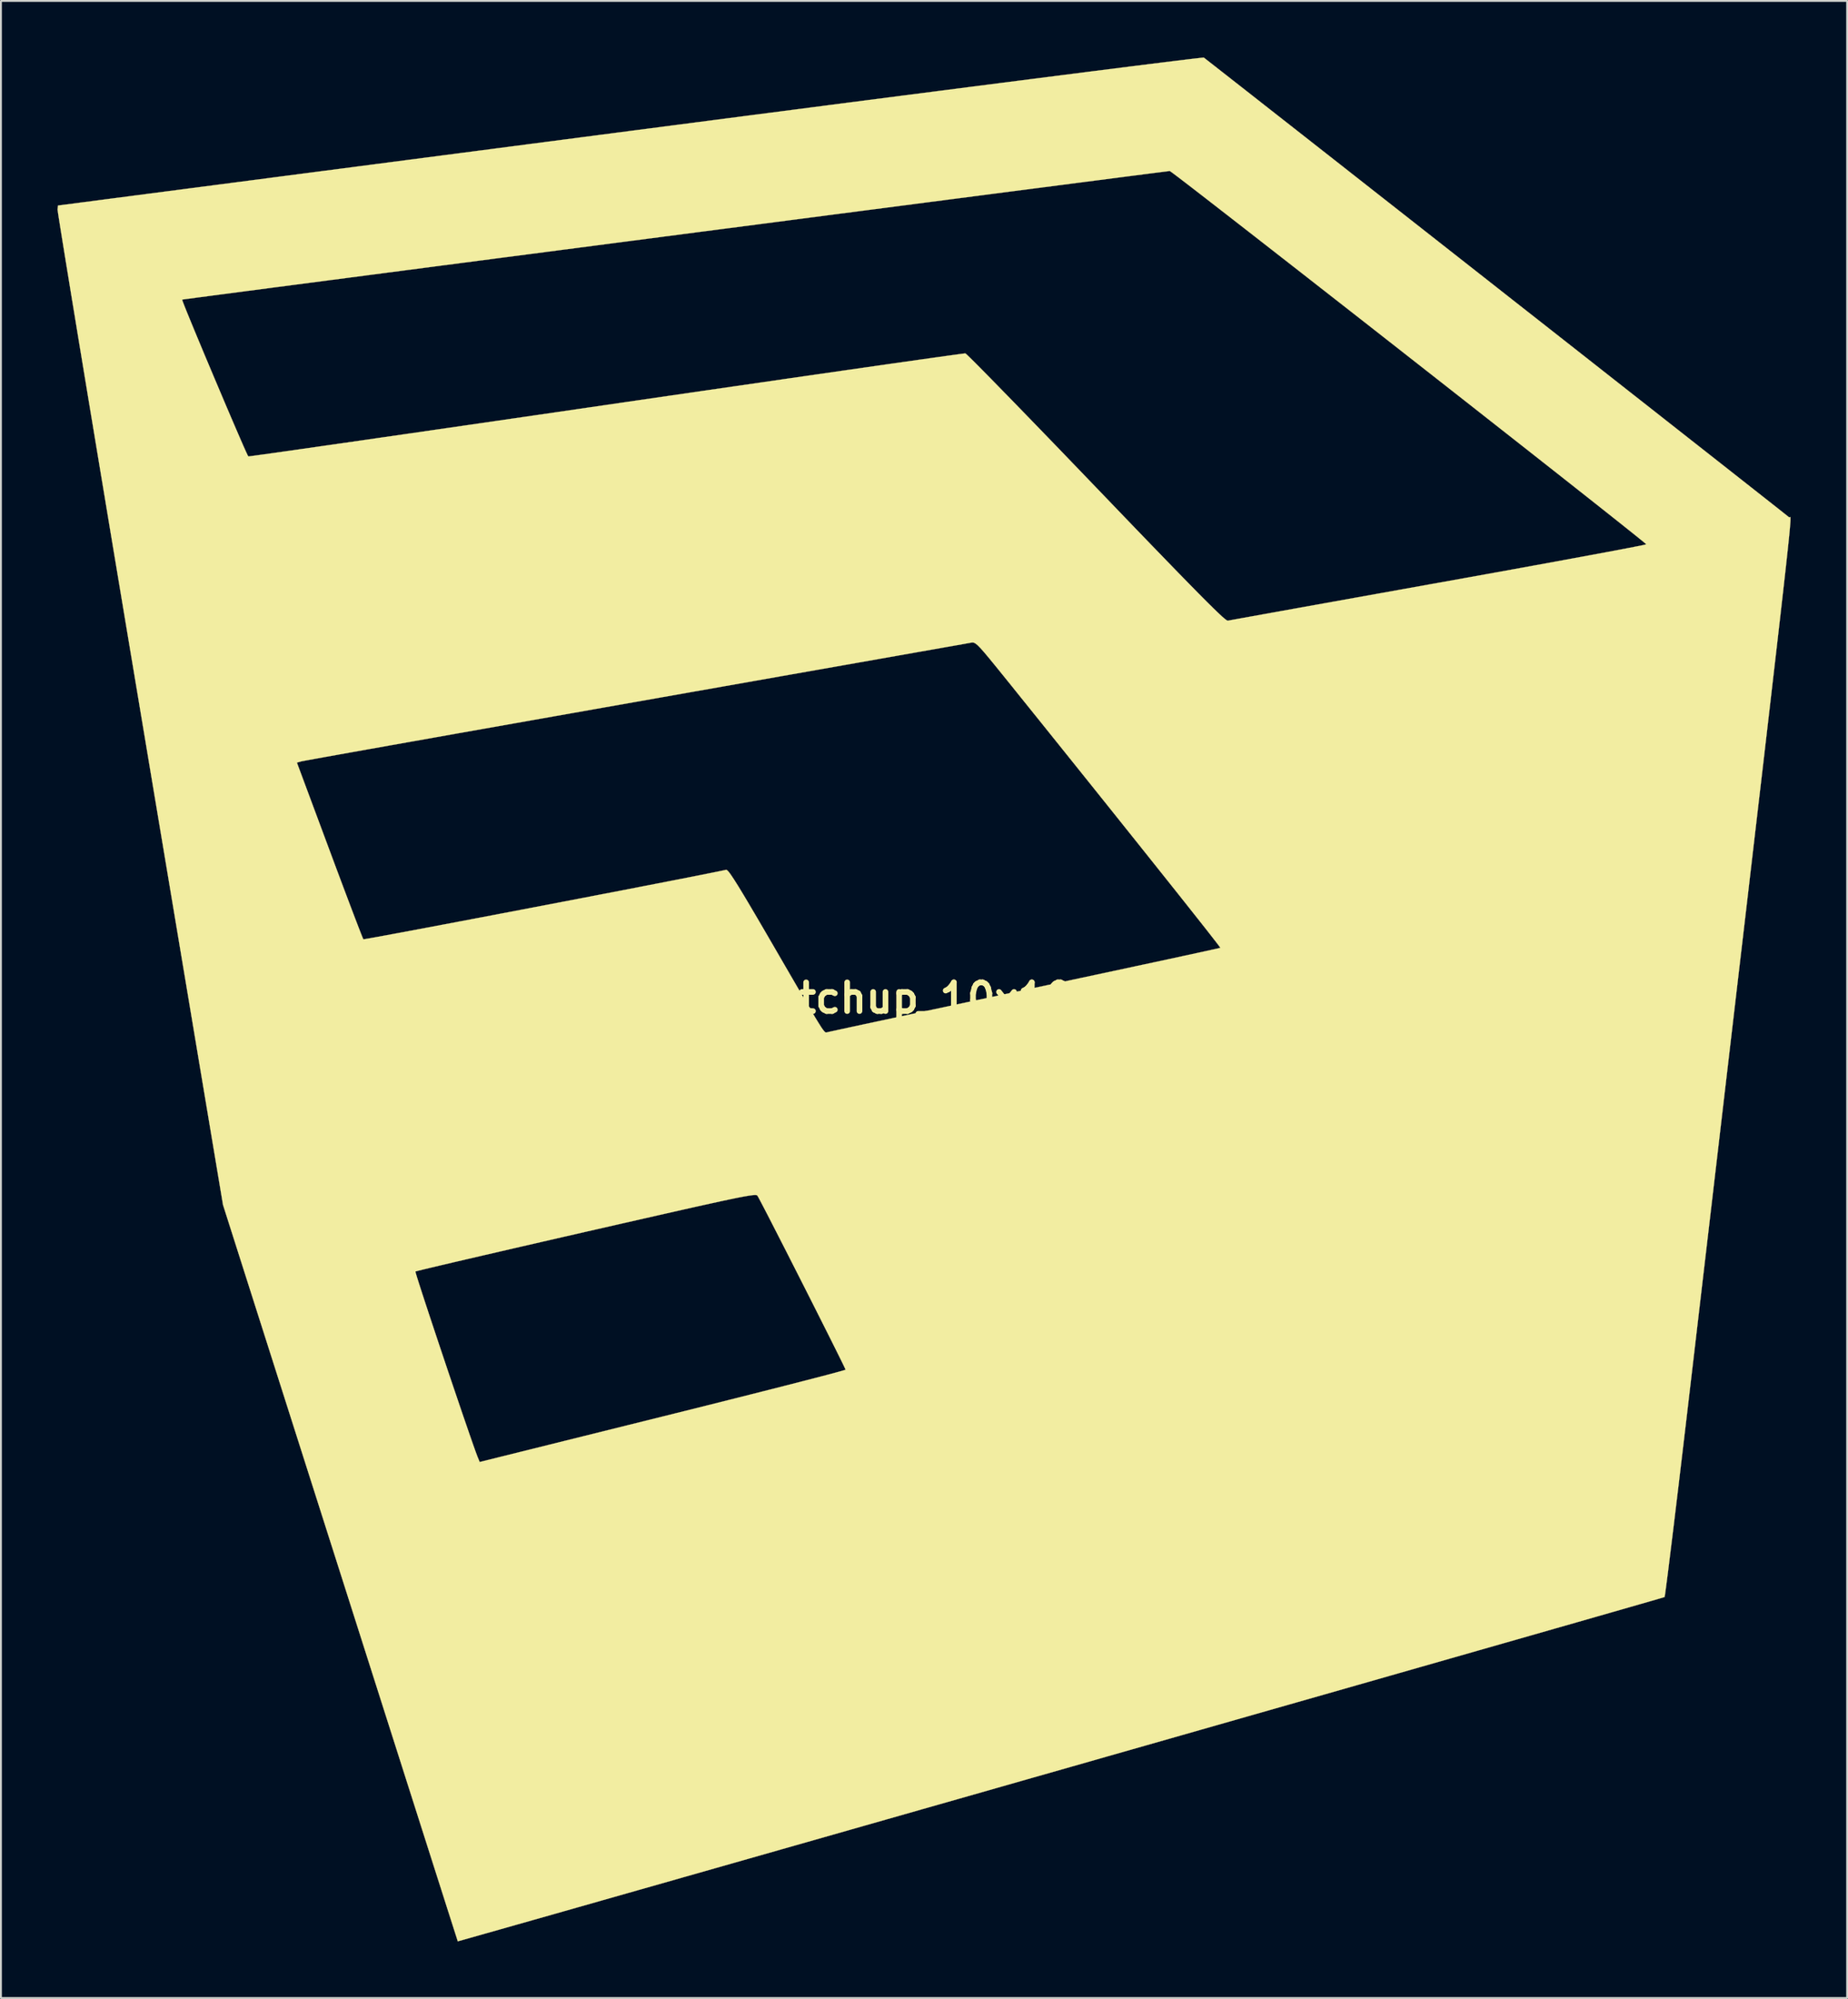
<source format=kicad_pcb>
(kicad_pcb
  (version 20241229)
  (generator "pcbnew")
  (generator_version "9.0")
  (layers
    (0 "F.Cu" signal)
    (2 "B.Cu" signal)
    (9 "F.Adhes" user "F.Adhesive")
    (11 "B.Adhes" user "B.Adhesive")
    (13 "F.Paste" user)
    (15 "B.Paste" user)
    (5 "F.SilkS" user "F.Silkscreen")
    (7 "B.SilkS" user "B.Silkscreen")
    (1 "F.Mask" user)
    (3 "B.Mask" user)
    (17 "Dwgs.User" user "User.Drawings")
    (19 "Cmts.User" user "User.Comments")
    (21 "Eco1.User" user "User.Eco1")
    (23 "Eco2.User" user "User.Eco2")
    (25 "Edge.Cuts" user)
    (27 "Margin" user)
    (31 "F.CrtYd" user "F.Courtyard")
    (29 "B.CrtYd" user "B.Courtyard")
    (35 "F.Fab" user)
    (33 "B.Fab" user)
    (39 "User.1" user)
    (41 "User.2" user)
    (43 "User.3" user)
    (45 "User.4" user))
  (footprint "sketchup_10x10_F"
    (layer "F.Cu")
    (at 45.96 49.877)
    (property "Reference" "sketchup_10x10_F" (at 0 0 0) (layer "F.SilkS") (effects (font (size 1.524 1.524) (thickness 0.3))))
    (attr through_hole)
    (fp_poly (pts (xy 14.859 -49.871) (xy 15.273 -49.548) (xy 15.793 -49.141) (xy 16.412 -48.656) (xy 17.123 -48.1) (xy 17.918 -47.476) (xy 18.791 -46.792) (xy 19.734 -46.053) (xy 20.741 -45.263) (xy 21.804 -44.43) (xy 22.915 -43.558) (xy 24.069 -42.652) (xy 25.258 -41.72) (xy 26.475 -40.765) (xy 27.712 -39.794) (xy 28.963 -38.812) (xy 30.221 -37.825) (xy 31.477 -36.838) (xy 32.727 -35.858) (xy 33.961 -34.889) (xy 35.174 -33.937) (xy 36.357 -33.007) (xy 37.504 -32.106) (xy 38.609 -31.239) (xy 39.662 -30.411) (xy 40.659 -29.628) (xy 41.591 -28.896) (xy 42.451 -28.22) (xy 43.233 -27.605) (xy 43.928 -27.058) (xy 44.531 -26.584) (xy 45.034 -26.188) (xy 45.43 -25.876) (xy 45.711 -25.653) (xy 45.871 -25.526) (xy 45.907 -25.497) (xy 45.919 -25.492) (xy 45.93 -25.496) (xy 45.941 -25.503) (xy 45.952 -25.51) (xy 45.962 -25.514) (xy 45.971 -25.509) (xy 45.977 -25.491) (xy 45.981 -25.457) (xy 45.982 -25.402) (xy 45.98 -25.323) (xy 45.974 -25.215) (xy 45.963 -25.073) (xy 45.948 -24.895) (xy 45.928 -24.675) (xy 45.902 -24.41) (xy 45.869 -24.095) (xy 45.83 -23.727) (xy 45.784 -23.301) (xy 45.731 -22.813) (xy 45.669 -22.26) (xy 45.599 -21.636) (xy 45.519 -20.937) (xy 45.431 -20.161) (xy 45.332 -19.302) (xy 45.223 -18.356) (xy 45.103 -17.32) (xy 44.972 -16.188) (xy 44.829 -14.958) (xy 44.674 -13.625) (xy 44.506 -12.184) (xy 44.324 -10.633) (xy 44.129 -8.965) (xy 43.92 -7.178) (xy 43.697 -5.268) (xy 43.458 -3.229) (xy 43.203 -1.059) (xy 42.933 1.247) (xy 42.646 3.694) (xy 42.342 6.285) (xy 42.021 9.024) (xy 41.682 11.916) (xy 41.324 14.965) (xy 40.948 18.174) (xy 40.636 20.828) (xy 40.479 22.167) (xy 40.326 23.46) (xy 40.179 24.696) (xy 40.04 25.865) (xy 39.908 26.958) (xy 39.787 27.965) (xy 39.675 28.875) (xy 39.576 29.679) (xy 39.491 30.367) (xy 39.419 30.928) (xy 39.363 31.354) (xy 39.325 31.633) (xy 39.304 31.755) (xy 39.302 31.76) (xy 39.219 31.786) (xy 38.979 31.856) (xy 38.59 31.968) (xy 38.059 32.121) (xy 37.391 32.313) (xy 36.594 32.542) (xy 35.675 32.805) (xy 34.639 33.102) (xy 33.494 33.429) (xy 32.247 33.786) (xy 30.904 34.17) (xy 29.472 34.579) (xy 27.957 35.012) (xy 26.367 35.466) (xy 24.708 35.94) (xy 22.986 36.432) (xy 21.209 36.939) (xy 19.383 37.46) (xy 17.514 37.993) (xy 15.61 38.537) (xy 13.678 39.088) (xy 11.723 39.646) (xy 9.753 40.207) (xy 7.775 40.772) (xy 5.794 41.336) (xy 3.818 41.9) (xy 1.854 42.46) (xy -0.093 43.014) (xy -2.014 43.562) (xy -3.904 44.1) (xy -5.756 44.628) (xy -7.562 45.142) (xy -9.317 45.642) (xy -11.014 46.125) (xy -12.646 46.589) (xy -14.205 47.033) (xy -15.687 47.454) (xy -17.083 47.851) (xy -18.387 48.222) (xy -19.593 48.565) (xy -20.693 48.877) (xy -21.681 49.157) (xy -22.551 49.404) (xy -23.295 49.614) (xy -23.601 49.701) (xy -24.722 50.017) (xy -25.227 48.44) (xy -25.301 48.209) (xy -25.423 47.825) (xy -25.592 47.296) (xy -25.805 46.629) (xy -26.059 45.834) (xy -26.351 44.918) (xy -26.679 43.89) (xy -27.04 42.757) (xy -27.433 41.527) (xy -27.853 40.209) (xy -28.299 38.811) (xy -28.768 37.341) (xy -29.257 35.807) (xy -29.764 34.217) (xy -30.286 32.579) (xy -30.821 30.902) (xy -31.366 29.193) (xy -31.455 28.914) (xy -36.052 14.498) (xy -26.972 14.498) (xy -26.953 14.582) (xy -26.884 14.81) (xy -26.772 15.165) (xy -26.622 15.629) (xy -26.44 16.187) (xy -26.231 16.821) (xy -26 17.515) (xy -25.755 18.252) (xy -25.499 19.015) (xy -25.24 19.788) (xy -24.981 20.553) (xy -24.73 21.294) (xy -24.492 21.994) (xy -24.271 22.636) (xy -24.075 23.205) (xy -23.908 23.682) (xy -23.777 24.051) (xy -23.686 24.296) (xy -23.666 24.344) (xy -23.562 24.6) (xy -13.855 22.188) (xy -12.607 21.878) (xy -11.405 21.577) (xy -10.26 21.29) (xy -9.182 21.018) (xy -8.18 20.765) (xy -7.266 20.532) (xy -6.45 20.323) (xy -5.741 20.14) (xy -5.149 19.985) (xy -4.685 19.862) (xy -4.359 19.772) (xy -4.18 19.719) (xy -4.149 19.705) (xy -4.186 19.618) (xy -4.292 19.396) (xy -4.46 19.055) (xy -4.68 18.612) (xy -4.945 18.081) (xy -5.247 17.48) (xy -5.577 16.824) (xy -5.928 16.128) (xy -6.291 15.41) (xy -6.659 14.684) (xy -7.023 13.968) (xy -7.375 13.276) (xy -7.708 12.625) (xy -8.012 12.031) (xy -8.28 11.509) (xy -8.504 11.077) (xy -8.676 10.749) (xy -8.788 10.541) (xy -8.828 10.473) (xy -8.855 10.453) (xy -8.907 10.442) (xy -8.994 10.442) (xy -9.125 10.454) (xy -9.308 10.481) (xy -9.552 10.523) (xy -9.868 10.584) (xy -10.263 10.665) (xy -10.748 10.768) (xy -11.331 10.896) (xy -12.02 11.048) (xy -12.826 11.229) (xy -13.758 11.44) (xy -14.823 11.682) (xy -16.033 11.957) (xy -17.395 12.268) (xy -17.926 12.389) (xy -19.131 12.665) (xy -20.289 12.931) (xy -21.39 13.184) (xy -22.424 13.423) (xy -23.379 13.644) (xy -24.244 13.845) (xy -25.01 14.024) (xy -25.666 14.178) (xy -26.2 14.305) (xy -26.603 14.402) (xy -26.863 14.467) (xy -26.97 14.497) (xy -26.972 14.498) (xy -36.052 14.498) (xy -37.178 10.964) (xy -41.104 -12.488) (xy -33.259 -12.488) (xy -31.525 -7.832) (xy -31.21 -6.986) (xy -30.911 -6.188) (xy -30.634 -5.452) (xy -30.384 -4.791) (xy -30.167 -4.22) (xy -29.988 -3.753) (xy -29.852 -3.405) (xy -29.765 -3.188) (xy -29.733 -3.118) (xy -29.647 -3.129) (xy -29.408 -3.17) (xy -29.027 -3.238) (xy -28.519 -3.331) (xy -27.894 -3.447) (xy -27.167 -3.583) (xy -26.349 -3.737) (xy -25.453 -3.906) (xy -24.493 -4.088) (xy -23.48 -4.28) (xy -22.427 -4.481) (xy -21.347 -4.687) (xy -20.252 -4.896) (xy -19.155 -5.107) (xy -18.07 -5.315) (xy -17.007 -5.52) (xy -15.981 -5.718) (xy -15.003 -5.908) (xy -14.087 -6.086) (xy -13.245 -6.25) (xy -12.489 -6.398) (xy -11.833 -6.528) (xy -11.288 -6.637) (xy -10.868 -6.722) (xy -10.585 -6.781) (xy -10.481 -6.805) (xy -10.432 -6.783) (xy -10.349 -6.696) (xy -10.229 -6.533) (xy -10.064 -6.285) (xy -9.848 -5.943) (xy -9.577 -5.498) (xy -9.245 -4.941) (xy -8.845 -4.262) (xy -8.372 -3.452) (xy -7.948 -2.722) (xy -7.407 -1.789) (xy -6.944 -0.992) (xy -6.553 -0.32) (xy -6.228 0.237) (xy -5.961 0.69) (xy -5.747 1.049) (xy -5.578 1.324) (xy -5.449 1.528) (xy -5.352 1.669) (xy -5.281 1.758) (xy -5.23 1.807) (xy -5.192 1.825) (xy -5.161 1.824) (xy -5.14 1.817) (xy -5.046 1.795) (xy -4.796 1.74) (xy -4.401 1.654) (xy -3.87 1.539) (xy -3.214 1.398) (xy -2.442 1.233) (xy -1.565 1.045) (xy -0.592 0.837) (xy 0.465 0.611) (xy 1.599 0.369) (xy 2.797 0.113) (xy 4.05 -0.154) (xy 5.33 -0.426) (xy 6.627 -0.702) (xy 7.877 -0.969) (xy 9.072 -1.224) (xy 10.2 -1.465) (xy 11.252 -1.691) (xy 12.218 -1.898) (xy 13.088 -2.085) (xy 13.852 -2.251) (xy 14.5 -2.391) (xy 15.022 -2.505) (xy 15.408 -2.591) (xy 15.649 -2.645) (xy 15.734 -2.667) (xy 15.687 -2.737) (xy 15.539 -2.931) (xy 15.297 -3.244) (xy 14.966 -3.667) (xy 14.551 -4.192) (xy 14.058 -4.815) (xy 13.494 -5.526) (xy 12.863 -6.318) (xy 12.171 -7.186) (xy 11.425 -8.121) (xy 10.629 -9.116) (xy 9.79 -10.165) (xy 8.913 -11.26) (xy 8.004 -12.393) (xy 7.068 -13.559) (xy 6.112 -14.749) (xy 5.14 -15.956) (xy 4.672 -16.539) (xy 4.172 -17.158) (xy 3.767 -17.658) (xy 3.445 -18.05) (xy 3.194 -18.349) (xy 3.002 -18.565) (xy 2.857 -18.711) (xy 2.748 -18.8) (xy 2.664 -18.845) (xy 2.591 -18.857) (xy 2.52 -18.85) (xy 2.509 -18.848) (xy 2.401 -18.829) (xy 2.134 -18.781) (xy 1.716 -18.707) (xy 1.154 -18.608) (xy 0.458 -18.485) (xy -0.366 -18.34) (xy -1.31 -18.173) (xy -2.365 -17.987) (xy -3.525 -17.782) (xy -4.78 -17.561) (xy -6.124 -17.324) (xy -7.548 -17.073) (xy -9.044 -16.809) (xy -10.605 -16.533) (xy -12.223 -16.248) (xy -13.89 -15.954) (xy -15.282 -15.708) (xy -16.983 -15.408) (xy -18.64 -15.115) (xy -20.247 -14.831) (xy -21.795 -14.557) (xy -23.277 -14.295) (xy -24.685 -14.046) (xy -26.011 -13.81) (xy -27.247 -13.591) (xy -28.385 -13.389) (xy -29.418 -13.205) (xy -30.337 -13.041) (xy -31.135 -12.898) (xy -31.805 -12.778) (xy -32.337 -12.682) (xy -32.725 -12.611) (xy -32.96 -12.567) (xy -33.034 -12.552) (xy -33.259 -12.488) (xy -41.104 -12.488) (xy -41.578 -15.325) (xy -41.927 -17.412) (xy -42.269 -19.456) (xy -42.602 -21.452) (xy -42.926 -23.393) (xy -43.239 -25.273) (xy -43.54 -27.085) (xy -43.829 -28.823) (xy -44.104 -30.481) (xy -44.365 -32.051) (xy -44.609 -33.529) (xy -44.837 -34.907) (xy -45.046 -36.179) (xy -45.188 -37.041) (xy -39.349 -37.041) (xy -39.325 -36.961) (xy -39.241 -36.743) (xy -39.106 -36.404) (xy -38.925 -35.962) (xy -38.708 -35.435) (xy -38.46 -34.839) (xy -38.19 -34.192) (xy -37.904 -33.512) (xy -37.611 -32.817) (xy -37.317 -32.123) (xy -37.031 -31.448) (xy -36.758 -30.809) (xy -36.507 -30.225) (xy -36.285 -29.712) (xy -36.1 -29.288) (xy -35.958 -28.971) (xy -35.868 -28.778) (xy -35.837 -28.724) (xy -35.747 -28.733) (xy -35.497 -28.766) (xy -35.095 -28.822) (xy -34.547 -28.898) (xy -33.862 -28.995) (xy -33.047 -29.111) (xy -32.11 -29.245) (xy -31.057 -29.396) (xy -29.897 -29.562) (xy -28.637 -29.744) (xy -27.284 -29.939) (xy -25.847 -30.147) (xy -24.331 -30.366) (xy -22.746 -30.596) (xy -21.099 -30.835) (xy -19.396 -31.082) (xy -17.646 -31.337) (xy -16.843 -31.454) (xy -15.073 -31.712) (xy -13.347 -31.963) (xy -11.672 -32.206) (xy -10.055 -32.44) (xy -8.505 -32.664) (xy -7.029 -32.878) (xy -5.634 -33.079) (xy -4.328 -33.267) (xy -3.118 -33.44) (xy -2.013 -33.599) (xy -1.018 -33.74) (xy -0.143 -33.865) (xy 0.606 -33.97) (xy 1.221 -34.056) (xy 1.694 -34.121) (xy 2.018 -34.165) (xy 2.185 -34.185) (xy 2.207 -34.187) (xy 2.282 -34.124) (xy 2.466 -33.946) (xy 2.753 -33.661) (xy 3.134 -33.277) (xy 3.603 -32.801) (xy 4.151 -32.24) (xy 4.772 -31.604) (xy 5.457 -30.898) (xy 6.2 -30.131) (xy 6.993 -29.311) (xy 7.828 -28.444) (xy 8.698 -27.539) (xy 9.15 -27.069) (xy 10.231 -25.944) (xy 11.2 -24.936) (xy 12.064 -24.04) (xy 12.828 -23.251) (xy 13.496 -22.562) (xy 14.075 -21.969) (xy 14.569 -21.466) (xy 14.985 -21.048) (xy 15.327 -20.709) (xy 15.601 -20.444) (xy 15.812 -20.247) (xy 15.967 -20.113) (xy 16.069 -20.037) (xy 16.124 -20.012) (xy 16.129 -20.012) (xy 16.232 -20.032) (xy 16.491 -20.079) (xy 16.897 -20.152) (xy 17.441 -20.25) (xy 18.111 -20.371) (xy 18.899 -20.513) (xy 19.793 -20.674) (xy 20.786 -20.852) (xy 21.865 -21.046) (xy 23.023 -21.254) (xy 24.248 -21.474) (xy 25.53 -21.704) (xy 26.861 -21.943) (xy 27.326 -22.026) (xy 28.667 -22.267) (xy 29.961 -22.5) (xy 31.198 -22.724) (xy 32.369 -22.937) (xy 33.464 -23.137) (xy 34.473 -23.323) (xy 35.386 -23.491) (xy 36.195 -23.642) (xy 36.889 -23.772) (xy 37.458 -23.881) (xy 37.893 -23.966) (xy 38.185 -24.026) (xy 38.322 -24.058) (xy 38.333 -24.063) (xy 38.263 -24.126) (xy 38.068 -24.287) (xy 37.755 -24.539) (xy 37.332 -24.877) (xy 36.808 -25.294) (xy 36.19 -25.784) (xy 35.486 -26.341) (xy 34.704 -26.958) (xy 33.853 -27.629) (xy 32.939 -28.348) (xy 31.971 -29.11) (xy 30.957 -29.906) (xy 29.905 -30.732) (xy 28.823 -31.582) (xy 27.718 -32.448) (xy 26.599 -33.325) (xy 25.474 -34.206) (xy 24.35 -35.086) (xy 23.236 -35.958) (xy 22.139 -36.815) (xy 21.067 -37.652) (xy 20.029 -38.463) (xy 19.032 -39.24) (xy 18.084 -39.979) (xy 17.194 -40.672) (xy 16.368 -41.314) (xy 15.616 -41.898) (xy 14.944 -42.419) (xy 14.362 -42.869) (xy 13.876 -43.242) (xy 13.495 -43.534) (xy 13.227 -43.736) (xy 13.079 -43.843) (xy 13.052 -43.859) (xy 12.96 -43.849) (xy 12.708 -43.817) (xy 12.304 -43.766) (xy 11.756 -43.696) (xy 11.071 -43.608) (xy 10.257 -43.503) (xy 9.322 -43.382) (xy 8.275 -43.247) (xy 7.121 -43.097) (xy 5.87 -42.935) (xy 4.529 -42.762) (xy 3.106 -42.577) (xy 1.609 -42.383) (xy 0.045 -42.18) (xy -1.578 -41.969) (xy -3.251 -41.752) (xy -4.969 -41.529) (xy -6.721 -41.301) (xy -8.501 -41.069) (xy -10.302 -40.835) (xy -12.114 -40.6) (xy -13.931 -40.363) (xy -15.745 -40.127) (xy -17.547 -39.892) (xy -19.331 -39.66) (xy -21.088 -39.431) (xy -22.81 -39.207) (xy -24.49 -38.988) (xy -26.121 -38.775) (xy -27.693 -38.57) (xy -29.2 -38.373) (xy -30.634 -38.186) (xy -31.987 -38.009) (xy -33.25 -37.844) (xy -34.418 -37.692) (xy -35.481 -37.552) (xy -36.431 -37.428) (xy -37.262 -37.318) (xy -37.965 -37.226) (xy -38.533 -37.151) (xy -38.957 -37.094) (xy -39.231 -37.058) (xy -39.346 -37.041) (xy -39.349 -37.041) (xy -45.188 -37.041) (xy -45.237 -37.339) (xy -45.407 -38.381) (xy -45.557 -39.297) (xy -45.684 -40.082) (xy -45.788 -40.729) (xy -45.868 -41.232) (xy -45.923 -41.585) (xy -45.951 -41.781) (xy -45.955 -41.821) (xy -45.932 -42.028) (xy -15.579 -45.983) (xy -13.33 -46.275) (xy -11.125 -46.562) (xy -8.968 -46.842) (xy -6.867 -47.114) (xy -4.825 -47.379) (xy -2.85 -47.634) (xy -0.948 -47.879) (xy 0.876 -48.114) (xy 2.616 -48.338) (xy 4.265 -48.549) (xy 5.818 -48.748) (xy 7.269 -48.933) (xy 8.612 -49.104) (xy 9.841 -49.26) (xy 10.951 -49.4) (xy 11.934 -49.523) (xy 12.785 -49.629) (xy 13.499 -49.717) (xy 14.069 -49.786) (xy 14.489 -49.835) (xy 14.754 -49.864) (xy 14.858 -49.872) (xy 14.859 -49.871)) (stroke (width 0.01) (type solid)) (fill yes) (layer "F.SilkS")))
  (gr_rect
    (start -3 -3)
    (end 94.947 102.899)
    (stroke (width 0.1) (type default))
    (fill no)
    (layer "Edge.Cuts")))
</source>
